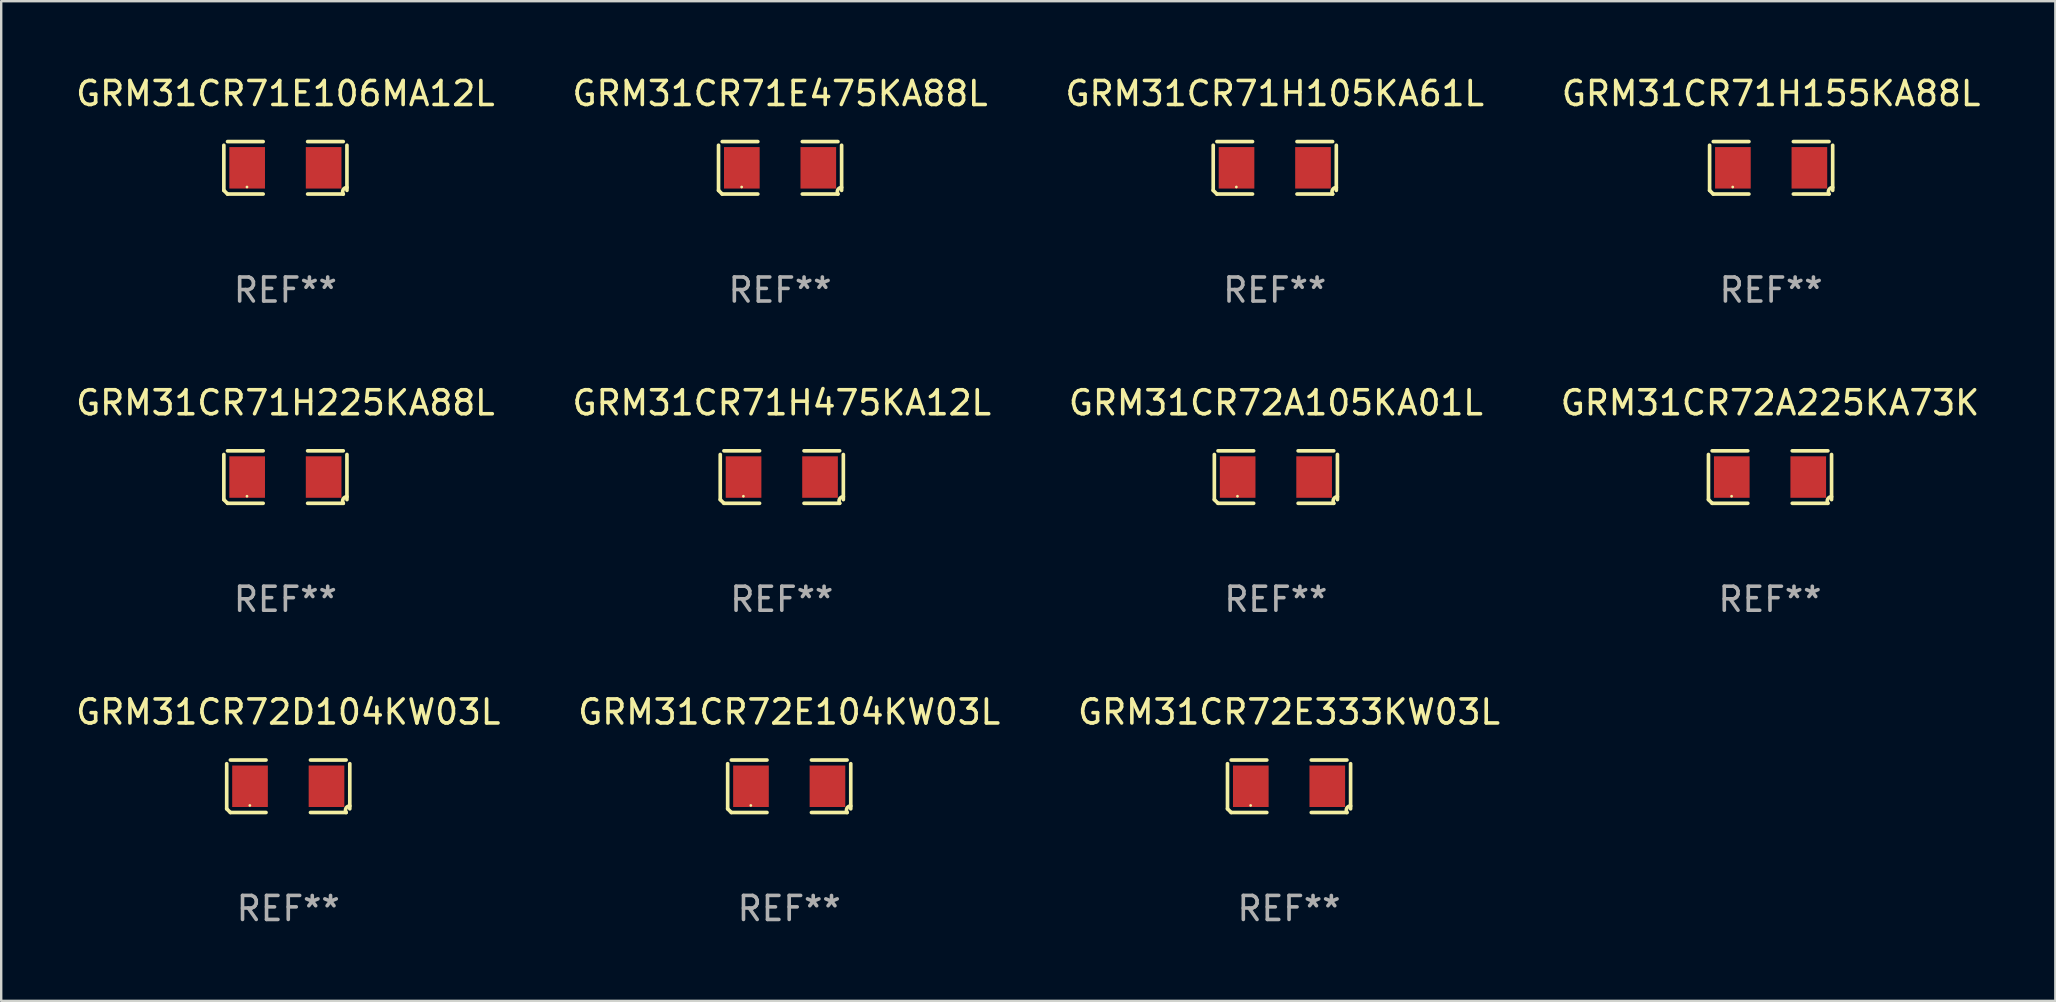
<source format=kicad_pcb>
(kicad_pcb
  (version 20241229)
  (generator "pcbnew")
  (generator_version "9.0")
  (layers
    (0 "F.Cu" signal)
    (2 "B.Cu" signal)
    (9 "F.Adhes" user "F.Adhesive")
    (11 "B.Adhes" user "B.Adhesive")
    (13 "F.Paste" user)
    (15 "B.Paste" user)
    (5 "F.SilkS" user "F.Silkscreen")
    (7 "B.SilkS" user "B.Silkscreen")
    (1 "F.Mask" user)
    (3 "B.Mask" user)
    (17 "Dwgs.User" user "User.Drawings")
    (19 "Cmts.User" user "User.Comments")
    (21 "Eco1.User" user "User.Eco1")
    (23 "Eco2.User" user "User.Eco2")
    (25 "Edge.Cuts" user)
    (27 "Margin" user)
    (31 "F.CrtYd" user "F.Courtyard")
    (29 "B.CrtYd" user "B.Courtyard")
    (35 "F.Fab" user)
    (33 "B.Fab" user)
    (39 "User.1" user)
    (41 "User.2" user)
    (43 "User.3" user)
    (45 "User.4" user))
  (footprint "GRM31CR72A105KA01L"
    (layer "F.Cu")
    (at 50.101 16.823)
    (property "Reference" "GRM31CR72A105KA01L" (at 0 -3.093 0) (layer "F.SilkS") (effects (font (size 1 1) (thickness 0.15))))
    (attr through_hole)
    (fp_line (start -2.564 0.94) (end -2.564 -0.94) (stroke (width 0.152) (type solid)) (layer "F.SilkS"))
    (fp_line (start -2.411 -1.093) (end -0.926 -1.093) (stroke (width 0.152) (type solid)) (layer "F.SilkS"))
    (fp_line (start -0.926 1.093) (end -2.411 1.093) (stroke (width 0.152) (type solid)) (layer "F.SilkS"))
    (fp_line (start 0.926 1.093) (end 2.411 1.093) (stroke (width 0.152) (type solid)) (layer "F.SilkS"))
    (fp_line (start 2.411 -1.093) (end 0.926 -1.093) (stroke (width 0.152) (type solid)) (layer "F.SilkS"))
    (fp_line (start 2.564 0.94) (end 2.564 -0.94) (stroke (width 0.152) (type solid)) (layer "F.SilkS"))
    (fp_arc (start -2.411201 1.092609) (mid -2.487413 1.01642) (end -2.563602 0.940208) (stroke (width 0.1524) (type solid)) (layer "F.SilkS"))
    (fp_arc (start 2.411201 1.092609) (mid 2.407159 0.911226) (end 2.563602 0.819347) (stroke (width 0.1524) (type solid)) (layer "F.SilkS"))
    (fp_circle (center -1.6 0.8) (end -1.57 0.8) (stroke (width 0.06) (type solid)) (fill no) (layer "F.SilkS"))
    (fp_text user "REF**" (at 0 5.093 0) (layer "F.Fab") (effects (font (size 1 1) (thickness 0.15))))
    (pad "1" smd rect (at -1.593 0) (size 1.485 1.728) (layers "F.Cu" "F.Mask" "F.Paste"))
    (pad "2" smd rect (at 1.593 0) (size 1.485 1.728) (layers "F.Cu" "F.Mask" "F.Paste")))
  (footprint "GRM31CR71H475KA12L"
    (layer "F.Cu")
    (at 29.518 16.823)
    (property "Reference" "GRM31CR71H475KA12L" (at 0 -3.093 0) (layer "F.SilkS") (effects (font (size 1 1) (thickness 0.15))))
    (attr through_hole)
    (fp_line (start -2.564 0.94) (end -2.564 -0.94) (stroke (width 0.152) (type solid)) (layer "F.SilkS"))
    (fp_line (start -2.411 -1.093) (end -0.926 -1.093) (stroke (width 0.152) (type solid)) (layer "F.SilkS"))
    (fp_line (start -0.926 1.093) (end -2.411 1.093) (stroke (width 0.152) (type solid)) (layer "F.SilkS"))
    (fp_line (start 0.926 1.093) (end 2.411 1.093) (stroke (width 0.152) (type solid)) (layer "F.SilkS"))
    (fp_line (start 2.411 -1.093) (end 0.926 -1.093) (stroke (width 0.152) (type solid)) (layer "F.SilkS"))
    (fp_line (start 2.564 0.94) (end 2.564 -0.94) (stroke (width 0.152) (type solid)) (layer "F.SilkS"))
    (fp_arc (start -2.411201 1.092609) (mid -2.487413 1.01642) (end -2.563602 0.940208) (stroke (width 0.1524) (type solid)) (layer "F.SilkS"))
    (fp_arc (start 2.411201 1.092609) (mid 2.407159 0.911226) (end 2.563602 0.819347) (stroke (width 0.1524) (type solid)) (layer "F.SilkS"))
    (fp_circle (center -1.6 0.8) (end -1.57 0.8) (stroke (width 0.06) (type solid)) (fill no) (layer "F.SilkS"))
    (fp_text user "REF**" (at 0 5.093 0) (layer "F.Fab") (effects (font (size 1 1) (thickness 0.15))))
    (pad "1" smd rect (at -1.593 0) (size 1.485 1.728) (layers "F.Cu" "F.Mask" "F.Paste"))
    (pad "2" smd rect (at 1.593 0) (size 1.485 1.728) (layers "F.Cu" "F.Mask" "F.Paste")))
  (footprint "GRM31CR72E104KW03L"
    (layer "F.Cu")
    (at 29.827 29.704)
    (property "Reference" "GRM31CR72E104KW03L" (at 0 -3.093 0) (layer "F.SilkS") (effects (font (size 1 1) (thickness 0.15))))
    (attr through_hole)
    (fp_line (start -2.564 0.94) (end -2.564 -0.94) (stroke (width 0.152) (type solid)) (layer "F.SilkS"))
    (fp_line (start -2.411 -1.093) (end -0.926 -1.093) (stroke (width 0.152) (type solid)) (layer "F.SilkS"))
    (fp_line (start -0.926 1.093) (end -2.411 1.093) (stroke (width 0.152) (type solid)) (layer "F.SilkS"))
    (fp_line (start 0.926 1.093) (end 2.411 1.093) (stroke (width 0.152) (type solid)) (layer "F.SilkS"))
    (fp_line (start 2.411 -1.093) (end 0.926 -1.093) (stroke (width 0.152) (type solid)) (layer "F.SilkS"))
    (fp_line (start 2.564 0.94) (end 2.564 -0.94) (stroke (width 0.152) (type solid)) (layer "F.SilkS"))
    (fp_arc (start -2.411201 1.092609) (mid -2.487413 1.01642) (end -2.563602 0.940208) (stroke (width 0.1524) (type solid)) (layer "F.SilkS"))
    (fp_arc (start 2.411201 1.092609) (mid 2.407159 0.911226) (end 2.563602 0.819347) (stroke (width 0.1524) (type solid)) (layer "F.SilkS"))
    (fp_circle (center -1.6 0.8) (end -1.57 0.8) (stroke (width 0.06) (type solid)) (fill no) (layer "F.SilkS"))
    (fp_text user "REF**" (at 0 5.093 0) (layer "F.Fab") (effects (font (size 1 1) (thickness 0.15))))
    (pad "1" smd rect (at -1.593 0) (size 1.485 1.728) (layers "F.Cu" "F.Mask" "F.Paste"))
    (pad "2" smd rect (at 1.593 0) (size 1.485 1.728) (layers "F.Cu" "F.Mask" "F.Paste")))
  (footprint "GRM31CR71H225KA88L"
    (layer "F.Cu")
    (at 8.839 16.823)
    (property "Reference" "GRM31CR71H225KA88L" (at 0 -3.093 0) (layer "F.SilkS") (effects (font (size 1 1) (thickness 0.15))))
    (attr through_hole)
    (fp_line (start -2.564 0.94) (end -2.564 -0.94) (stroke (width 0.152) (type solid)) (layer "F.SilkS"))
    (fp_line (start -2.411 -1.093) (end -0.926 -1.093) (stroke (width 0.152) (type solid)) (layer "F.SilkS"))
    (fp_line (start -0.926 1.093) (end -2.411 1.093) (stroke (width 0.152) (type solid)) (layer "F.SilkS"))
    (fp_line (start 0.926 1.093) (end 2.411 1.093) (stroke (width 0.152) (type solid)) (layer "F.SilkS"))
    (fp_line (start 2.411 -1.093) (end 0.926 -1.093) (stroke (width 0.152) (type solid)) (layer "F.SilkS"))
    (fp_line (start 2.564 0.94) (end 2.564 -0.94) (stroke (width 0.152) (type solid)) (layer "F.SilkS"))
    (fp_arc (start -2.411201 1.092609) (mid -2.487413 1.01642) (end -2.563602 0.940208) (stroke (width 0.1524) (type solid)) (layer "F.SilkS"))
    (fp_arc (start 2.411201 1.092609) (mid 2.407159 0.911226) (end 2.563602 0.819347) (stroke (width 0.1524) (type solid)) (layer "F.SilkS"))
    (fp_circle (center -1.6 0.8) (end -1.57 0.8) (stroke (width 0.06) (type solid)) (fill no) (layer "F.SilkS"))
    (fp_text user "REF**" (at 0 5.093 0) (layer "F.Fab") (effects (font (size 1 1) (thickness 0.15))))
    (pad "1" smd rect (at -1.593 0) (size 1.485 1.728) (layers "F.Cu" "F.Mask" "F.Paste"))
    (pad "2" smd rect (at 1.593 0) (size 1.485 1.728) (layers "F.Cu" "F.Mask" "F.Paste")))
  (footprint "GRM31CR72D104KW03L"
    (layer "F.Cu")
    (at 8.958 29.704)
    (property "Reference" "GRM31CR72D104KW03L" (at 0 -3.093 0) (layer "F.SilkS") (effects (font (size 1 1) (thickness 0.15))))
    (attr through_hole)
    (fp_line (start -2.564 0.94) (end -2.564 -0.94) (stroke (width 0.152) (type solid)) (layer "F.SilkS"))
    (fp_line (start -2.411 -1.093) (end -0.926 -1.093) (stroke (width 0.152) (type solid)) (layer "F.SilkS"))
    (fp_line (start -0.926 1.093) (end -2.411 1.093) (stroke (width 0.152) (type solid)) (layer "F.SilkS"))
    (fp_line (start 0.926 1.093) (end 2.411 1.093) (stroke (width 0.152) (type solid)) (layer "F.SilkS"))
    (fp_line (start 2.411 -1.093) (end 0.926 -1.093) (stroke (width 0.152) (type solid)) (layer "F.SilkS"))
    (fp_line (start 2.564 0.94) (end 2.564 -0.94) (stroke (width 0.152) (type solid)) (layer "F.SilkS"))
    (fp_arc (start -2.411201 1.092609) (mid -2.487413 1.01642) (end -2.563602 0.940208) (stroke (width 0.1524) (type solid)) (layer "F.SilkS"))
    (fp_arc (start 2.411201 1.092609) (mid 2.407159 0.911226) (end 2.563602 0.819347) (stroke (width 0.1524) (type solid)) (layer "F.SilkS"))
    (fp_circle (center -1.6 0.8) (end -1.57 0.8) (stroke (width 0.06) (type solid)) (fill no) (layer "F.SilkS"))
    (fp_text user "REF**" (at 0 5.093 0) (layer "F.Fab") (effects (font (size 1 1) (thickness 0.15))))
    (pad "1" smd rect (at -1.593 0) (size 1.485 1.728) (layers "F.Cu" "F.Mask" "F.Paste"))
    (pad "2" smd rect (at 1.593 0) (size 1.485 1.728) (layers "F.Cu" "F.Mask" "F.Paste")))
  (footprint "GRM31CR72A225KA73K"
    (layer "F.Cu")
    (at 70.685 16.823)
    (property "Reference" "GRM31CR72A225KA73K" (at 0 -3.093 0) (layer "F.SilkS") (effects (font (size 1 1) (thickness 0.15))))
    (attr through_hole)
    (fp_line (start -2.564 0.94) (end -2.564 -0.94) (stroke (width 0.152) (type solid)) (layer "F.SilkS"))
    (fp_line (start -2.411 -1.093) (end -0.926 -1.093) (stroke (width 0.152) (type solid)) (layer "F.SilkS"))
    (fp_line (start -0.926 1.093) (end -2.411 1.093) (stroke (width 0.152) (type solid)) (layer "F.SilkS"))
    (fp_line (start 0.926 1.093) (end 2.411 1.093) (stroke (width 0.152) (type solid)) (layer "F.SilkS"))
    (fp_line (start 2.411 -1.093) (end 0.926 -1.093) (stroke (width 0.152) (type solid)) (layer "F.SilkS"))
    (fp_line (start 2.564 0.94) (end 2.564 -0.94) (stroke (width 0.152) (type solid)) (layer "F.SilkS"))
    (fp_arc (start -2.411201 1.092609) (mid -2.487413 1.01642) (end -2.563602 0.940208) (stroke (width 0.1524) (type solid)) (layer "F.SilkS"))
    (fp_arc (start 2.411201 1.092609) (mid 2.407159 0.911226) (end 2.563602 0.819347) (stroke (width 0.1524) (type solid)) (layer "F.SilkS"))
    (fp_circle (center -1.6 0.8) (end -1.57 0.8) (stroke (width 0.06) (type solid)) (fill no) (layer "F.SilkS"))
    (fp_text user "REF**" (at 0 5.093 0) (layer "F.Fab") (effects (font (size 1 1) (thickness 0.15))))
    (pad "1" smd rect (at -1.593 0) (size 1.485 1.728) (layers "F.Cu" "F.Mask" "F.Paste"))
    (pad "2" smd rect (at 1.593 0) (size 1.485 1.728) (layers "F.Cu" "F.Mask" "F.Paste")))
  (footprint "GRM31CR71E106MA12L"
    (layer "F.Cu")
    (at 8.839 3.941)
    (property "Reference" "GRM31CR71E106MA12L" (at 0 -3.093 0) (layer "F.SilkS") (effects (font (size 1 1) (thickness 0.15))))
    (attr through_hole)
    (fp_line (start -2.564 0.94) (end -2.564 -0.94) (stroke (width 0.152) (type solid)) (layer "F.SilkS"))
    (fp_line (start -2.411 -1.093) (end -0.926 -1.093) (stroke (width 0.152) (type solid)) (layer "F.SilkS"))
    (fp_line (start -0.926 1.093) (end -2.411 1.093) (stroke (width 0.152) (type solid)) (layer "F.SilkS"))
    (fp_line (start 0.926 1.093) (end 2.411 1.093) (stroke (width 0.152) (type solid)) (layer "F.SilkS"))
    (fp_line (start 2.411 -1.093) (end 0.926 -1.093) (stroke (width 0.152) (type solid)) (layer "F.SilkS"))
    (fp_line (start 2.564 0.94) (end 2.564 -0.94) (stroke (width 0.152) (type solid)) (layer "F.SilkS"))
    (fp_arc (start -2.411201 1.092609) (mid -2.487413 1.01642) (end -2.563602 0.940208) (stroke (width 0.1524) (type solid)) (layer "F.SilkS"))
    (fp_arc (start 2.411201 1.092609) (mid 2.407159 0.911226) (end 2.563602 0.819347) (stroke (width 0.1524) (type solid)) (layer "F.SilkS"))
    (fp_circle (center -1.6 0.8) (end -1.57 0.8) (stroke (width 0.06) (type solid)) (fill no) (layer "F.SilkS"))
    (fp_text user "REF**" (at 0 5.093 0) (layer "F.Fab") (effects (font (size 1 1) (thickness 0.15))))
    (pad "1" smd rect (at -1.593 0) (size 1.485 1.728) (layers "F.Cu" "F.Mask" "F.Paste"))
    (pad "2" smd rect (at 1.593 0) (size 1.485 1.728) (layers "F.Cu" "F.Mask" "F.Paste")))
  (footprint "GRM31CR71H105KA61L"
    (layer "F.Cu")
    (at 50.054 3.941)
    (property "Reference" "GRM31CR71H105KA61L" (at 0 -3.093 0) (layer "F.SilkS") (effects (font (size 1 1) (thickness 0.15))))
    (attr through_hole)
    (fp_line (start -2.564 0.94) (end -2.564 -0.94) (stroke (width 0.152) (type solid)) (layer "F.SilkS"))
    (fp_line (start -2.411 -1.093) (end -0.926 -1.093) (stroke (width 0.152) (type solid)) (layer "F.SilkS"))
    (fp_line (start -0.926 1.093) (end -2.411 1.093) (stroke (width 0.152) (type solid)) (layer "F.SilkS"))
    (fp_line (start 0.926 1.093) (end 2.411 1.093) (stroke (width 0.152) (type solid)) (layer "F.SilkS"))
    (fp_line (start 2.411 -1.093) (end 0.926 -1.093) (stroke (width 0.152) (type solid)) (layer "F.SilkS"))
    (fp_line (start 2.564 0.94) (end 2.564 -0.94) (stroke (width 0.152) (type solid)) (layer "F.SilkS"))
    (fp_arc (start -2.411201 1.092609) (mid -2.487413 1.01642) (end -2.563602 0.940208) (stroke (width 0.1524) (type solid)) (layer "F.SilkS"))
    (fp_arc (start 2.411201 1.092609) (mid 2.407159 0.911226) (end 2.563602 0.819347) (stroke (width 0.1524) (type solid)) (layer "F.SilkS"))
    (fp_circle (center -1.6 0.8) (end -1.57 0.8) (stroke (width 0.06) (type solid)) (fill no) (layer "F.SilkS"))
    (fp_text user "REF**" (at 0 5.093 0) (layer "F.Fab") (effects (font (size 1 1) (thickness 0.15))))
    (pad "1" smd rect (at -1.593 0) (size 1.485 1.728) (layers "F.Cu" "F.Mask" "F.Paste"))
    (pad "2" smd rect (at 1.593 0) (size 1.485 1.728) (layers "F.Cu" "F.Mask" "F.Paste")))
  (footprint "GRM31CR71E475KA88L"
    (layer "F.Cu")
    (at 29.446 3.941)
    (property "Reference" "GRM31CR71E475KA88L" (at 0 -3.093 0) (layer "F.SilkS") (effects (font (size 1 1) (thickness 0.15))))
    (attr through_hole)
    (fp_line (start -2.564 0.94) (end -2.564 -0.94) (stroke (width 0.152) (type solid)) (layer "F.SilkS"))
    (fp_line (start -2.411 -1.093) (end -0.926 -1.093) (stroke (width 0.152) (type solid)) (layer "F.SilkS"))
    (fp_line (start -0.926 1.093) (end -2.411 1.093) (stroke (width 0.152) (type solid)) (layer "F.SilkS"))
    (fp_line (start 0.926 1.093) (end 2.411 1.093) (stroke (width 0.152) (type solid)) (layer "F.SilkS"))
    (fp_line (start 2.411 -1.093) (end 0.926 -1.093) (stroke (width 0.152) (type solid)) (layer "F.SilkS"))
    (fp_line (start 2.564 0.94) (end 2.564 -0.94) (stroke (width 0.152) (type solid)) (layer "F.SilkS"))
    (fp_arc (start -2.411201 1.092609) (mid -2.487413 1.01642) (end -2.563602 0.940208) (stroke (width 0.1524) (type solid)) (layer "F.SilkS"))
    (fp_arc (start 2.411201 1.092609) (mid 2.407159 0.911226) (end 2.563602 0.819347) (stroke (width 0.1524) (type solid)) (layer "F.SilkS"))
    (fp_circle (center -1.6 0.8) (end -1.57 0.8) (stroke (width 0.06) (type solid)) (fill no) (layer "F.SilkS"))
    (fp_text user "REF**" (at 0 5.093 0) (layer "F.Fab") (effects (font (size 1 1) (thickness 0.15))))
    (pad "1" smd rect (at -1.593 0) (size 1.485 1.728) (layers "F.Cu" "F.Mask" "F.Paste"))
    (pad "2" smd rect (at 1.593 0) (size 1.485 1.728) (layers "F.Cu" "F.Mask" "F.Paste")))
  (footprint "GRM31CR72E333KW03L"
    (layer "F.Cu")
    (at 50.649 29.704)
    (property "Reference" "GRM31CR72E333KW03L" (at 0 -3.093 0) (layer "F.SilkS") (effects (font (size 1 1) (thickness 0.15))))
    (attr through_hole)
    (fp_line (start -2.564 0.94) (end -2.564 -0.94) (stroke (width 0.152) (type solid)) (layer "F.SilkS"))
    (fp_line (start -2.411 -1.093) (end -0.926 -1.093) (stroke (width 0.152) (type solid)) (layer "F.SilkS"))
    (fp_line (start -0.926 1.093) (end -2.411 1.093) (stroke (width 0.152) (type solid)) (layer "F.SilkS"))
    (fp_line (start 0.926 1.093) (end 2.411 1.093) (stroke (width 0.152) (type solid)) (layer "F.SilkS"))
    (fp_line (start 2.411 -1.093) (end 0.926 -1.093) (stroke (width 0.152) (type solid)) (layer "F.SilkS"))
    (fp_line (start 2.564 0.94) (end 2.564 -0.94) (stroke (width 0.152) (type solid)) (layer "F.SilkS"))
    (fp_arc (start -2.411201 1.092609) (mid -2.487413 1.01642) (end -2.563602 0.940208) (stroke (width 0.1524) (type solid)) (layer "F.SilkS"))
    (fp_arc (start 2.411201 1.092609) (mid 2.407159 0.911226) (end 2.563602 0.819347) (stroke (width 0.1524) (type solid)) (layer "F.SilkS"))
    (fp_circle (center -1.6 0.8) (end -1.57 0.8) (stroke (width 0.06) (type solid)) (fill no) (layer "F.SilkS"))
    (fp_text user "REF**" (at 0 5.093 0) (layer "F.Fab") (effects (font (size 1 1) (thickness 0.15))))
    (pad "1" smd rect (at -1.593 0) (size 1.485 1.728) (layers "F.Cu" "F.Mask" "F.Paste"))
    (pad "2" smd rect (at 1.593 0) (size 1.485 1.728) (layers "F.Cu" "F.Mask" "F.Paste")))
  (footprint "GRM31CR71H155KA88L"
    (layer "F.Cu")
    (at 70.732 3.941)
    (property "Reference" "GRM31CR71H155KA88L" (at 0 -3.093 0) (layer "F.SilkS") (effects (font (size 1 1) (thickness 0.15))))
    (attr through_hole)
    (fp_line (start -2.564 0.94) (end -2.564 -0.94) (stroke (width 0.152) (type solid)) (layer "F.SilkS"))
    (fp_line (start -2.411 -1.093) (end -0.926 -1.093) (stroke (width 0.152) (type solid)) (layer "F.SilkS"))
    (fp_line (start -0.926 1.093) (end -2.411 1.093) (stroke (width 0.152) (type solid)) (layer "F.SilkS"))
    (fp_line (start 0.926 1.093) (end 2.411 1.093) (stroke (width 0.152) (type solid)) (layer "F.SilkS"))
    (fp_line (start 2.411 -1.093) (end 0.926 -1.093) (stroke (width 0.152) (type solid)) (layer "F.SilkS"))
    (fp_line (start 2.564 0.94) (end 2.564 -0.94) (stroke (width 0.152) (type solid)) (layer "F.SilkS"))
    (fp_arc (start -2.411201 1.092609) (mid -2.487413 1.01642) (end -2.563602 0.940208) (stroke (width 0.1524) (type solid)) (layer "F.SilkS"))
    (fp_arc (start 2.411201 1.092609) (mid 2.407159 0.911226) (end 2.563602 0.819347) (stroke (width 0.1524) (type solid)) (layer "F.SilkS"))
    (fp_circle (center -1.6 0.8) (end -1.57 0.8) (stroke (width 0.06) (type solid)) (fill no) (layer "F.SilkS"))
    (fp_text user "REF**" (at 0 5.093 0) (layer "F.Fab") (effects (font (size 1 1) (thickness 0.15))))
    (pad "1" smd rect (at -1.593 0) (size 1.485 1.728) (layers "F.Cu" "F.Mask" "F.Paste"))
    (pad "2" smd rect (at 1.593 0) (size 1.485 1.728) (layers "F.Cu" "F.Mask" "F.Paste")))
  (gr_rect
    (start -3 -3)
    (end 82.571 38.645)
    (stroke (width 0.1) (type default))
    (fill no)
    (layer "Edge.Cuts")))
</source>
